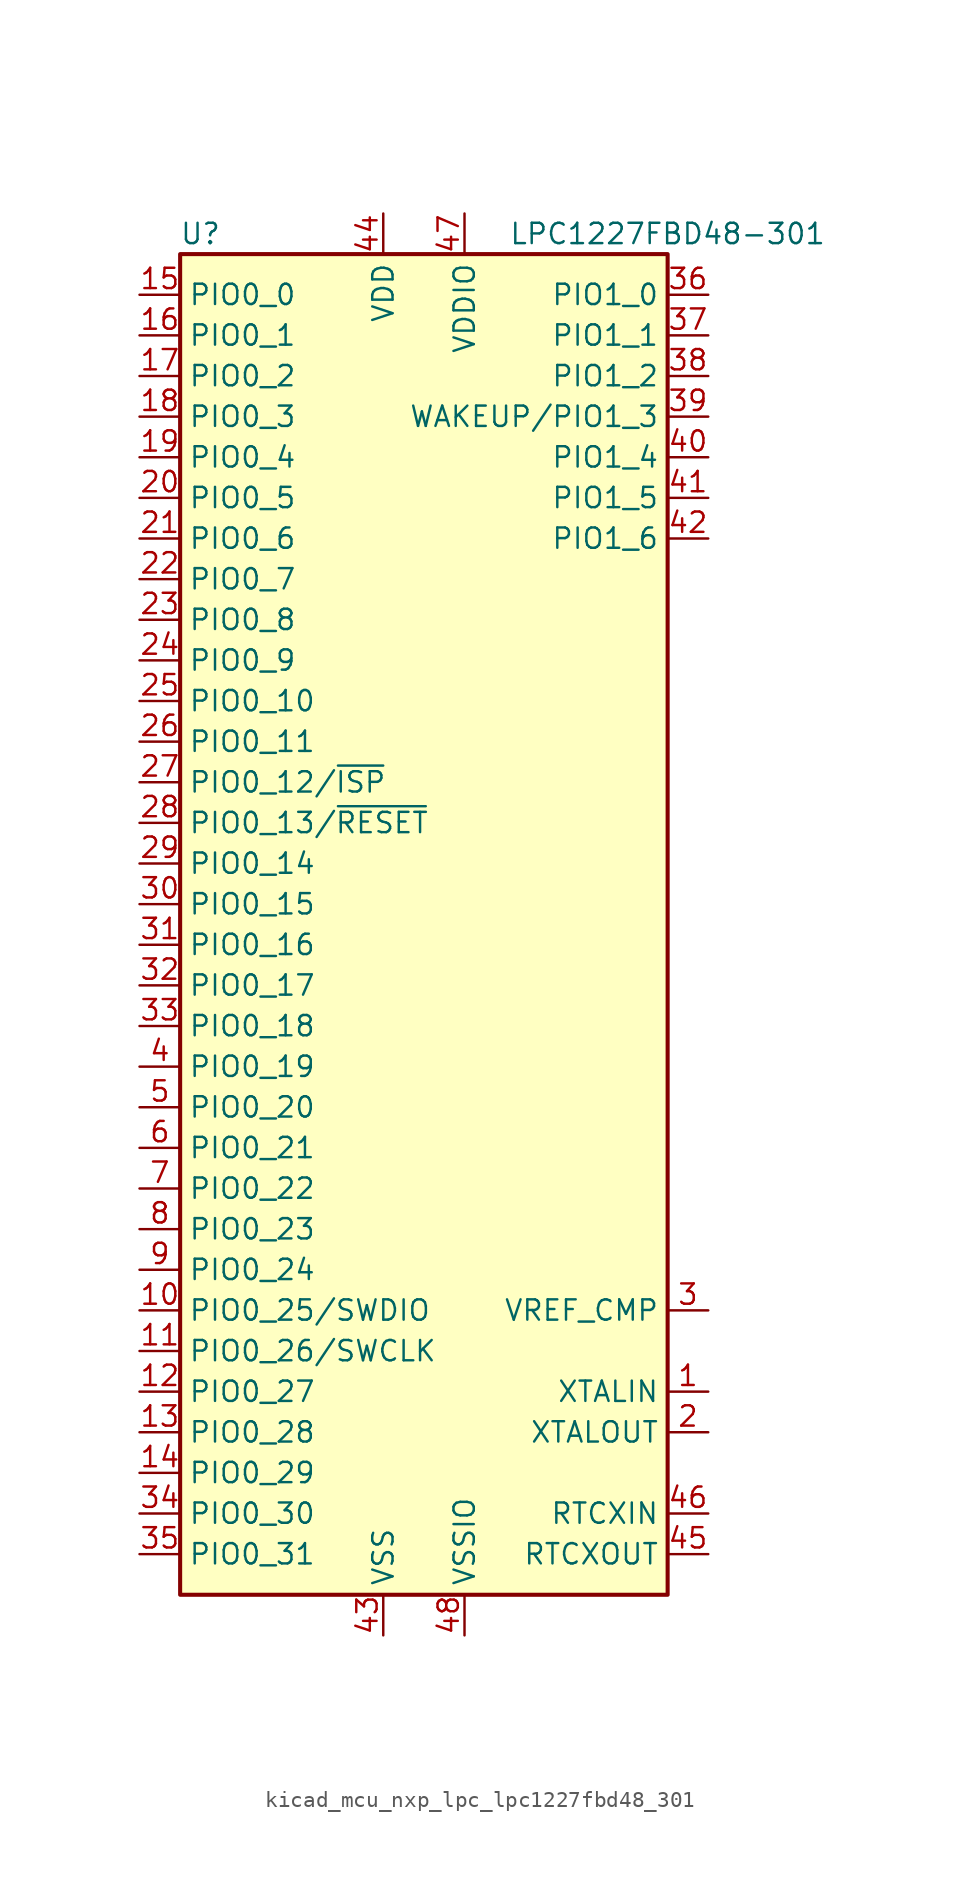
<source format=kicad_sym>
(kicad_symbol_lib
  (version 20220914)
  (generator kicad_symbol_editor)
  (symbol "kicad_mcu_nxp_lpc_lpc1227fbd48_301"
    (property "Reference" "U"
      (at -13.97 44.45 0)
      (effects (font (size 1.27 1.27))))
    (property "Value" "LPC1227FBD48-301"
      (at 15.24 44.45 0)
      (effects (font (size 1.27 1.27))))
    (symbol "kicad_mcu_nxp_lpc_lpc1227fbd48_301_0_1"
      (rectangle (start -15.24 43.18) (end 15.24 -40.64) (stroke (width 0.254) (type default)) (fill (type background))))
    (symbol "kicad_mcu_nxp_lpc_lpc1227fbd48_301_1_1"
      (pin input line (at 17.78 -27.94 180) (length 2.54) (name "XTALIN" (effects (font (size 1.27 1.27)))) (number "1" (effects (font (size 1.27 1.27)))))
      (pin bidirectional line (at -17.78 -22.86 0) (length 2.54) (name "PIO0_25/SWDIO" (effects (font (size 1.27 1.27)))) (number "10" (effects (font (size 1.27 1.27)))))
      (pin bidirectional line (at -17.78 -25.4 0) (length 2.54) (name "PIO0_26/SWCLK" (effects (font (size 1.27 1.27)))) (number "11" (effects (font (size 1.27 1.27)))))
      (pin bidirectional line (at -17.78 -27.94 0) (length 2.54) (name "PIO0_27" (effects (font (size 1.27 1.27)))) (number "12" (effects (font (size 1.27 1.27)))))
      (pin bidirectional line (at -17.78 -30.48 0) (length 2.54) (name "PIO0_28" (effects (font (size 1.27 1.27)))) (number "13" (effects (font (size 1.27 1.27)))))
      (pin bidirectional line (at -17.78 -33.02 0) (length 2.54) (name "PIO0_29" (effects (font (size 1.27 1.27)))) (number "14" (effects (font (size 1.27 1.27)))))
      (pin bidirectional line (at -17.78 40.64 0) (length 2.54) (name "PIO0_0" (effects (font (size 1.27 1.27)))) (number "15" (effects (font (size 1.27 1.27)))))
      (pin bidirectional line (at -17.78 38.1 0) (length 2.54) (name "PIO0_1" (effects (font (size 1.27 1.27)))) (number "16" (effects (font (size 1.27 1.27)))))
      (pin bidirectional line (at -17.78 35.56 0) (length 2.54) (name "PIO0_2" (effects (font (size 1.27 1.27)))) (number "17" (effects (font (size 1.27 1.27)))))
      (pin bidirectional line (at -17.78 33.02 0) (length 2.54) (name "PIO0_3" (effects (font (size 1.27 1.27)))) (number "18" (effects (font (size 1.27 1.27)))))
      (pin bidirectional line (at -17.78 30.48 0) (length 2.54) (name "PIO0_4" (effects (font (size 1.27 1.27)))) (number "19" (effects (font (size 1.27 1.27)))))
      (pin output line (at 17.78 -30.48 180) (length 2.54) (name "XTALOUT" (effects (font (size 1.27 1.27)))) (number "2" (effects (font (size 1.27 1.27)))))
      (pin bidirectional line (at -17.78 27.94 0) (length 2.54) (name "PIO0_5" (effects (font (size 1.27 1.27)))) (number "20" (effects (font (size 1.27 1.27)))))
      (pin bidirectional line (at -17.78 25.4 0) (length 2.54) (name "PIO0_6" (effects (font (size 1.27 1.27)))) (number "21" (effects (font (size 1.27 1.27)))))
      (pin bidirectional line (at -17.78 22.86 0) (length 2.54) (name "PIO0_7" (effects (font (size 1.27 1.27)))) (number "22" (effects (font (size 1.27 1.27)))))
      (pin bidirectional line (at -17.78 20.32 0) (length 2.54) (name "PIO0_8" (effects (font (size 1.27 1.27)))) (number "23" (effects (font (size 1.27 1.27)))))
      (pin bidirectional line (at -17.78 17.78 0) (length 2.54) (name "PIO0_9" (effects (font (size 1.27 1.27)))) (number "24" (effects (font (size 1.27 1.27)))))
      (pin bidirectional line (at -17.78 15.24 0) (length 2.54) (name "PIO0_10" (effects (font (size 1.27 1.27)))) (number "25" (effects (font (size 1.27 1.27)))))
      (pin bidirectional line (at -17.78 12.7 0) (length 2.54) (name "PIO0_11" (effects (font (size 1.27 1.27)))) (number "26" (effects (font (size 1.27 1.27)))))
      (pin bidirectional line (at -17.78 10.16 0) (length 2.54) (name "PIO0_12/~{ISP}" (effects (font (size 1.27 1.27)))) (number "27" (effects (font (size 1.27 1.27)))))
      (pin bidirectional line (at -17.78 7.62 0) (length 2.54) (name "PIO0_13/~{RESET}" (effects (font (size 1.27 1.27)))) (number "28" (effects (font (size 1.27 1.27)))))
      (pin bidirectional line (at -17.78 5.08 0) (length 2.54) (name "PIO0_14" (effects (font (size 1.27 1.27)))) (number "29" (effects (font (size 1.27 1.27)))))
      (pin input line (at 17.78 -22.86 180) (length 2.54) (name "VREF_CMP" (effects (font (size 1.27 1.27)))) (number "3" (effects (font (size 1.27 1.27)))))
      (pin bidirectional line (at -17.78 2.54 0) (length 2.54) (name "PIO0_15" (effects (font (size 1.27 1.27)))) (number "30" (effects (font (size 1.27 1.27)))))
      (pin bidirectional line (at -17.78 0 0) (length 2.54) (name "PIO0_16" (effects (font (size 1.27 1.27)))) (number "31" (effects (font (size 1.27 1.27)))))
      (pin bidirectional line (at -17.78 -2.54 0) (length 2.54) (name "PIO0_17" (effects (font (size 1.27 1.27)))) (number "32" (effects (font (size 1.27 1.27)))))
      (pin bidirectional line (at -17.78 -5.08 0) (length 2.54) (name "PIO0_18" (effects (font (size 1.27 1.27)))) (number "33" (effects (font (size 1.27 1.27)))))
      (pin bidirectional line (at -17.78 -35.56 0) (length 2.54) (name "PIO0_30" (effects (font (size 1.27 1.27)))) (number "34" (effects (font (size 1.27 1.27)))))
      (pin bidirectional line (at -17.78 -38.1 0) (length 2.54) (name "PIO0_31" (effects (font (size 1.27 1.27)))) (number "35" (effects (font (size 1.27 1.27)))))
      (pin bidirectional line (at 17.78 40.64 180) (length 2.54) (name "PIO1_0" (effects (font (size 1.27 1.27)))) (number "36" (effects (font (size 1.27 1.27)))))
      (pin bidirectional line (at 17.78 38.1 180) (length 2.54) (name "PIO1_1" (effects (font (size 1.27 1.27)))) (number "37" (effects (font (size 1.27 1.27)))))
      (pin bidirectional line (at 17.78 35.56 180) (length 2.54) (name "PIO1_2" (effects (font (size 1.27 1.27)))) (number "38" (effects (font (size 1.27 1.27)))))
      (pin bidirectional line (at 17.78 33.02 180) (length 2.54) (name "WAKEUP/PIO1_3" (effects (font (size 1.27 1.27)))) (number "39" (effects (font (size 1.27 1.27)))))
      (pin bidirectional line (at -17.78 -7.62 0) (length 2.54) (name "PIO0_19" (effects (font (size 1.27 1.27)))) (number "4" (effects (font (size 1.27 1.27)))))
      (pin bidirectional line (at 17.78 30.48 180) (length 2.54) (name "PIO1_4" (effects (font (size 1.27 1.27)))) (number "40" (effects (font (size 1.27 1.27)))))
      (pin bidirectional line (at 17.78 27.94 180) (length 2.54) (name "PIO1_5" (effects (font (size 1.27 1.27)))) (number "41" (effects (font (size 1.27 1.27)))))
      (pin bidirectional line (at 17.78 25.4 180) (length 2.54) (name "PIO1_6" (effects (font (size 1.27 1.27)))) (number "42" (effects (font (size 1.27 1.27)))))
      (pin power_in line (at -2.54 -43.18 90) (length 2.54) (name "VSS" (effects (font (size 1.27 1.27)))) (number "43" (effects (font (size 1.27 1.27)))))
      (pin power_in line (at -2.54 45.72 270) (length 2.54) (name "VDD" (effects (font (size 1.27 1.27)))) (number "44" (effects (font (size 1.27 1.27)))))
      (pin output line (at 17.78 -38.1 180) (length 2.54) (name "RTCXOUT" (effects (font (size 1.27 1.27)))) (number "45" (effects (font (size 1.27 1.27)))))
      (pin input line (at 17.78 -35.56 180) (length 2.54) (name "RTCXIN" (effects (font (size 1.27 1.27)))) (number "46" (effects (font (size 1.27 1.27)))))
      (pin power_in line (at 2.54 45.72 270) (length 2.54) (name "VDDIO" (effects (font (size 1.27 1.27)))) (number "47" (effects (font (size 1.27 1.27)))))
      (pin power_in line (at 2.54 -43.18 90) (length 2.54) (name "VSSIO" (effects (font (size 1.27 1.27)))) (number "48" (effects (font (size 1.27 1.27)))))
      (pin bidirectional line (at -17.78 -10.16 0) (length 2.54) (name "PIO0_20" (effects (font (size 1.27 1.27)))) (number "5" (effects (font (size 1.27 1.27)))))
      (pin bidirectional line (at -17.78 -12.7 0) (length 2.54) (name "PIO0_21" (effects (font (size 1.27 1.27)))) (number "6" (effects (font (size 1.27 1.27)))))
      (pin bidirectional line (at -17.78 -15.24 0) (length 2.54) (name "PIO0_22" (effects (font (size 1.27 1.27)))) (number "7" (effects (font (size 1.27 1.27)))))
      (pin bidirectional line (at -17.78 -17.78 0) (length 2.54) (name "PIO0_23" (effects (font (size 1.27 1.27)))) (number "8" (effects (font (size 1.27 1.27)))))
      (pin bidirectional line (at -17.78 -20.32 0) (length 2.54) (name "PIO0_24" (effects (font (size 1.27 1.27)))) (number "9" (effects (font (size 1.27 1.27))))))))
</source>
